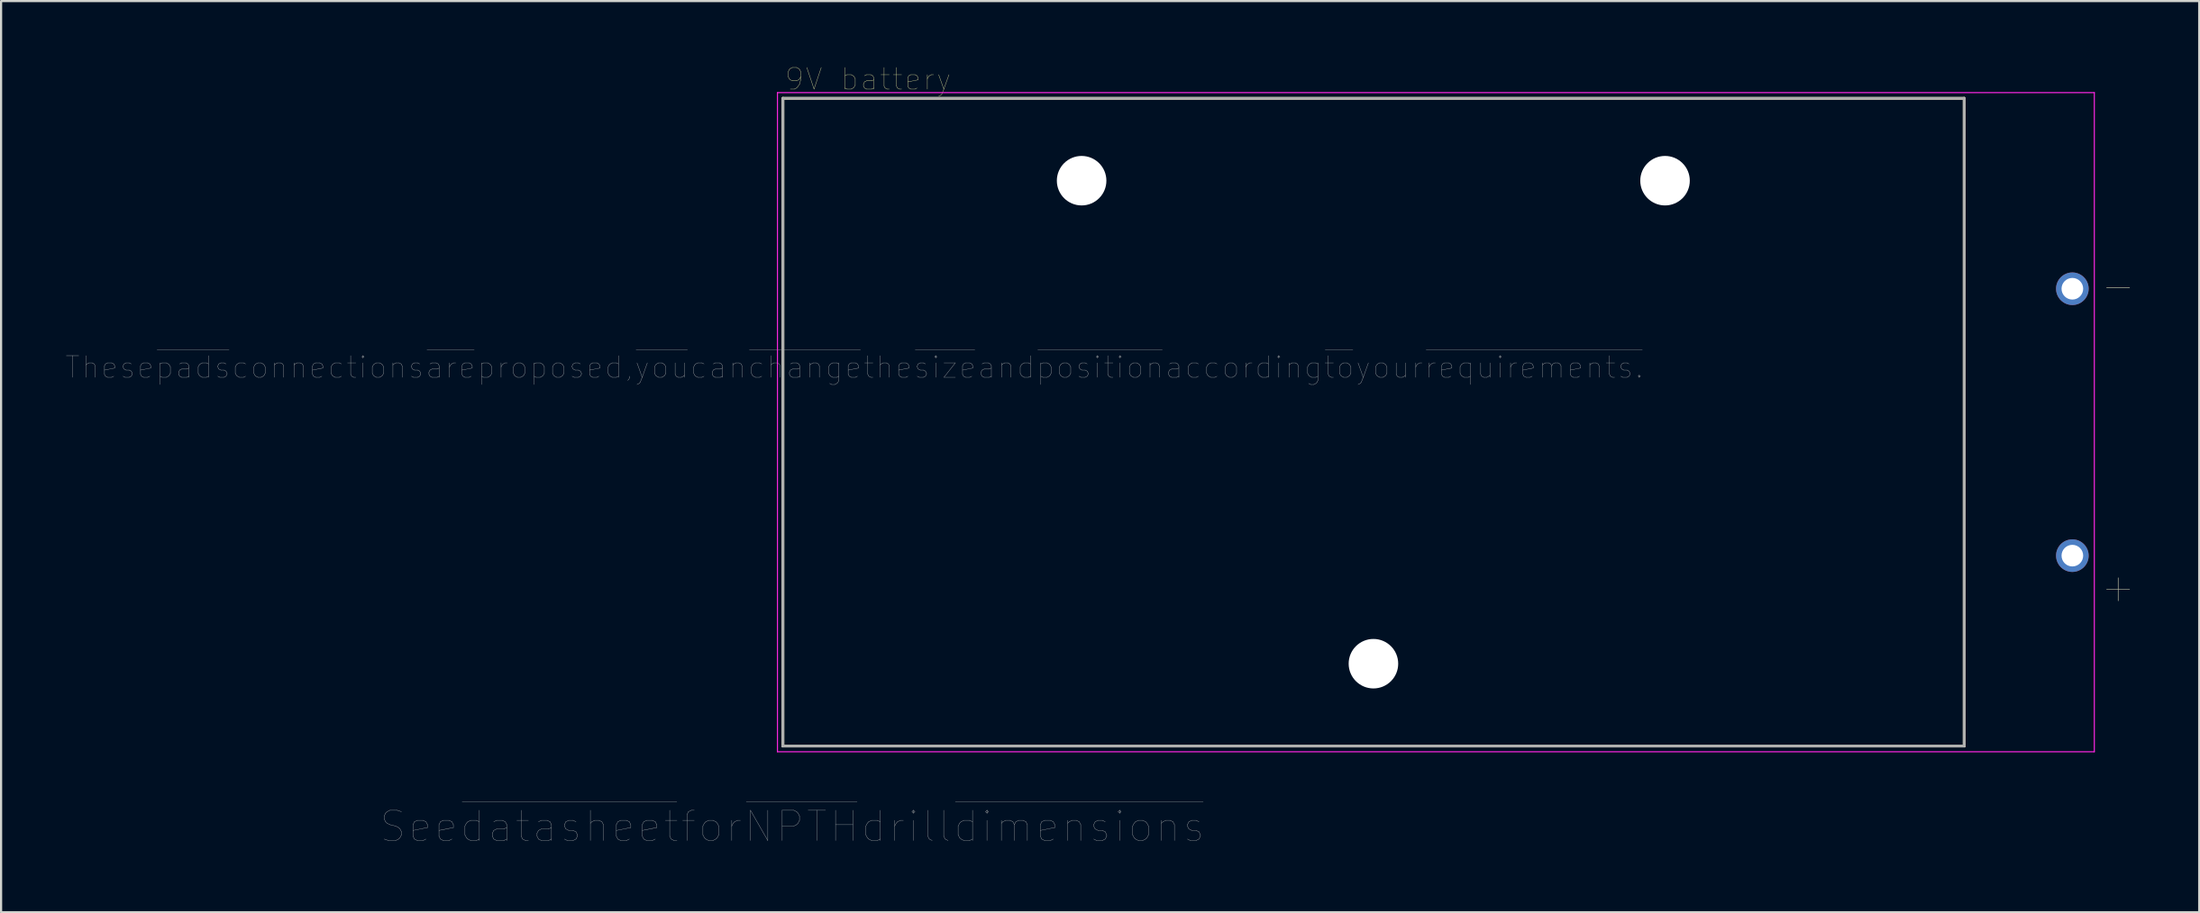
<source format=kicad_pcb>
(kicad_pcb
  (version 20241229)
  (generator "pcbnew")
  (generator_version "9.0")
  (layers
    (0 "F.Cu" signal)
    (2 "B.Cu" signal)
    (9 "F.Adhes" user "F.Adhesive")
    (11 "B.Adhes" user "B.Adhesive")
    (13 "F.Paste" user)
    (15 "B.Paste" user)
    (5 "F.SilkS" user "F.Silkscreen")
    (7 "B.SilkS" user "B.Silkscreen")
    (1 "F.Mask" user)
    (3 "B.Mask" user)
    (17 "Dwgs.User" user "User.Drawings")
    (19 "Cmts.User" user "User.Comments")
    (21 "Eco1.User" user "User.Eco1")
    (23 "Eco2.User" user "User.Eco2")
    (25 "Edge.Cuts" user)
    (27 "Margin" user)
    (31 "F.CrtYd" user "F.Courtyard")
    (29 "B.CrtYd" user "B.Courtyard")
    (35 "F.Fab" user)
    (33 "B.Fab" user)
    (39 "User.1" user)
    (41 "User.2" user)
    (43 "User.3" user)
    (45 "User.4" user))
  (footprint "9V battery"
    (layer "F.Cu")
    (at 60.446 16.486)
    (property "Reference" "9V battery" (at -23.365 -15.875 0) (layer "F.SilkS") (effects (font (size 1 1) (thickness 0.015))))
    (attr through_hole)
    (fp_line (start -27.305 -14.985) (end 27.305 -14.985) (stroke (width 0.127) (type solid)) (layer "F.SilkS"))
    (fp_line (start -27.305 14.985) (end -27.305 -14.985) (stroke (width 0.127) (type solid)) (layer "F.SilkS"))
    (fp_line (start 27.305 -14.985) (end 27.305 14.985) (stroke (width 0.127) (type solid)) (layer "F.SilkS"))
    (fp_line (start 27.305 14.985) (end -27.305 14.985) (stroke (width 0.127) (type solid)) (layer "F.SilkS"))
    (fp_line (start -27.555 -15.25) (end 33.32 -15.25) (stroke (width 0.05) (type solid)) (layer "F.CrtYd"))
    (fp_line (start -27.555 15.25) (end -27.555 -15.25) (stroke (width 0.05) (type solid)) (layer "F.CrtYd"))
    (fp_line (start 33.32 -15.25) (end 33.32 15.25) (stroke (width 0.05) (type solid)) (layer "F.CrtYd"))
    (fp_line (start 33.32 15.25) (end -27.555 15.25) (stroke (width 0.05) (type solid)) (layer "F.CrtYd"))
    (fp_line (start -27.305 -14.985) (end 27.305 -14.985) (stroke (width 0.127) (type solid)) (layer "F.Fab"))
    (fp_line (start -27.305 14.985) (end -27.305 -14.985) (stroke (width 0.127) (type solid)) (layer "F.Fab"))
    (fp_line (start 27.305 -14.985) (end 27.305 14.985) (stroke (width 0.127) (type solid)) (layer "F.Fab"))
    (fp_line (start 27.305 14.985) (end -27.305 14.985) (stroke (width 0.127) (type solid)) (layer "F.Fab"))
    (fp_text user "-" (at 34.42 -6.35 0) (layer "F.SilkS") (effects (font (size 1.4 1.4) (thickness 0.015))))
    (fp_text user "+" (at 34.42 7.62 0) (layer "F.SilkS") (effects (font (size 1.4 1.4) (thickness 0.015))))
    (fp_text user "-" (at 34.42 -6.35 0) (layer "F.Fab") (effects (font (size 1.4 1.4) (thickness 0.015))))
    (fp_text user "See~{datasheet}for~{NPTH}drill~{dimensions}" (at -26.87 18.71 0) (layer "F.Fab") (effects (font (size 1.4 1.4) (thickness 0.015))))
    (fp_text user "These~{pads}connections~{are}proposed,~{you}can~{change}the~{size}and~{position}according~{to}your~{requirements.}" (at -24 -2.54 0) (layer "F.Fab") (effects (font (size 1 1) (thickness 0.015))))
    (fp_text user "+" (at 34.42 7.62 0) (layer "F.Fab") (effects (font (size 1.4 1.4) (thickness 0.015))))
    (pad "" np_thru_hole circle (at -13.495 -11.175) (size 2.29 2.29) (drill 2.29) (layers "*.Cu" "*.Mask"))
    (pad "" np_thru_hole circle (at -0.005 11.175) (size 2.29 2.29) (drill 2.29) (layers "*.Cu" "*.Mask"))
    (pad "" np_thru_hole circle (at 13.475 -11.175) (size 2.29 2.29) (drill 2.29) (layers "*.Cu" "*.Mask"))
    (pad "1" thru_hole circle (at 32.305 6.175) (size 1.508 1.508) (drill 1) (layers "*.Cu" "*.Mask"))
    (pad "2" thru_hole circle (at 32.305 -6.175) (size 1.508 1.508) (drill 1) (layers "*.Cu" "*.Mask")))
  (gr_rect
    (start -3 -3)
    (end 98.615 39.162)
    (stroke (width 0.1) (type default))
    (fill no)
    (layer "Edge.Cuts")))
</source>
